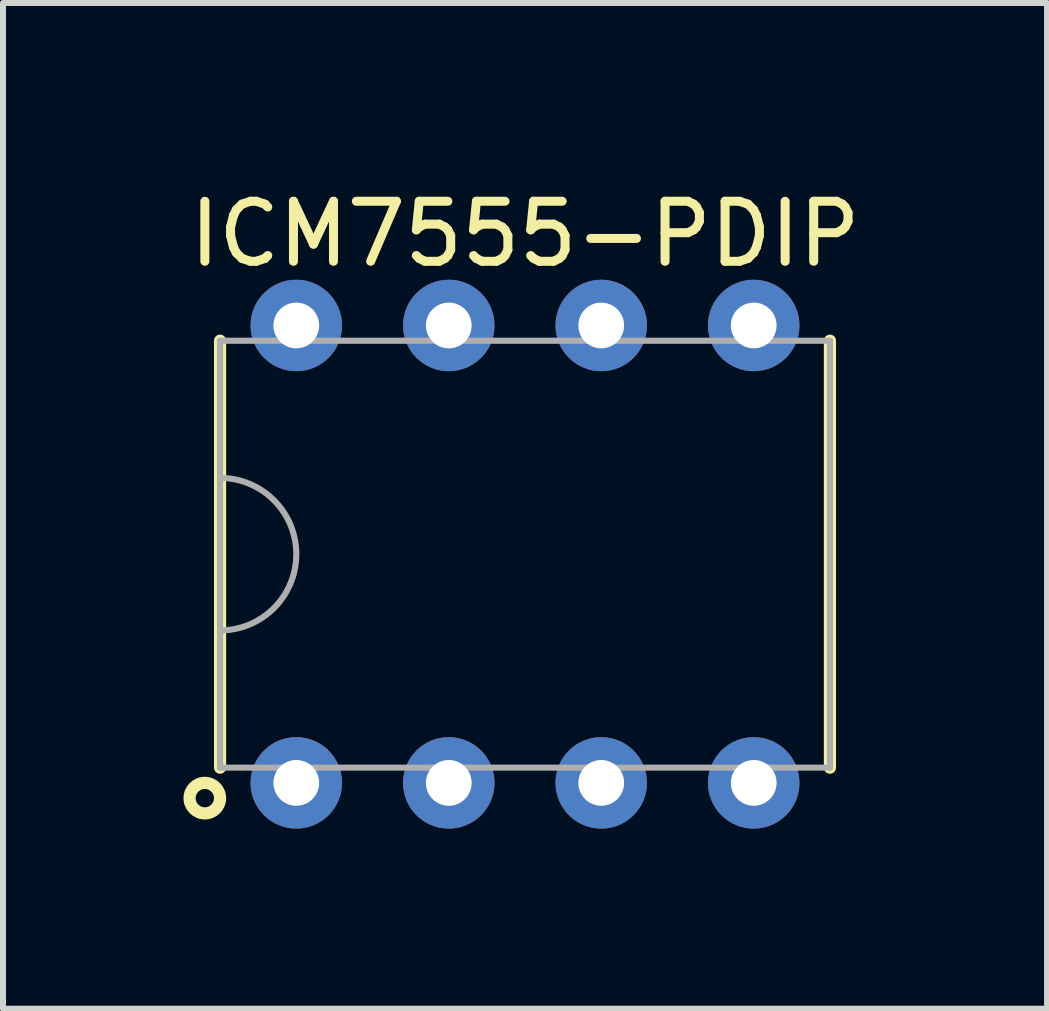
<source format=kicad_pcb>
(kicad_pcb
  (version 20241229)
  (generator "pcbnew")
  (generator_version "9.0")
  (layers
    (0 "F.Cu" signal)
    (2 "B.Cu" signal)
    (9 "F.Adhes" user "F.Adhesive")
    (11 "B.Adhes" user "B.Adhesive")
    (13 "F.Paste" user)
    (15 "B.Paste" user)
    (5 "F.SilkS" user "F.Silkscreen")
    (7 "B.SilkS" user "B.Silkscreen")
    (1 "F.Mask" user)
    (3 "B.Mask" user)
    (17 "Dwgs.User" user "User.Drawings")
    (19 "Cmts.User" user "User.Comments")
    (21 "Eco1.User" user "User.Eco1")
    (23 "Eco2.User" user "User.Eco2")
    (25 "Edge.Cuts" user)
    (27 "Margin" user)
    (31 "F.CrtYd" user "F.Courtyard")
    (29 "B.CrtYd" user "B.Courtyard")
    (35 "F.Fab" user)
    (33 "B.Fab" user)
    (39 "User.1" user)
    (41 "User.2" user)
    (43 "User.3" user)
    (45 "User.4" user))
  (footprint "ICM7555-PDIP"
    (layer "F.Cu")
    (at 5.696 6.182)
    (property "Reference" "ICM7555-PDIP" (at 0 -5.334 0) (layer "F.SilkS") (effects (font (size 1 1) (thickness 0.15))))
    (attr through_hole)
    (fp_line (start -5.08 3.556) (end -5.08 -3.556) (stroke (width 0.203) (type solid)) (layer "F.SilkS"))
    (fp_line (start 5.08 3.556) (end 5.08 -3.556) (stroke (width 0.203) (type solid)) (layer "F.SilkS"))
    (fp_circle (center -5.334 4.064) (end -5.08 4.064) (stroke (width 0.203) (type solid)) (fill no) (layer "F.SilkS"))
    (fp_line (start -5.08 -3.556) (end 5.08 -3.556) (stroke (width 0.102) (type solid)) (layer "F.Fab"))
    (fp_line (start -5.08 3.556) (end -5.08 -3.556) (stroke (width 0.102) (type solid)) (layer "F.Fab"))
    (fp_line (start -5.08 3.556) (end 5.08 3.556) (stroke (width 0.102) (type solid)) (layer "F.Fab"))
    (fp_line (start 5.08 3.556) (end 5.08 -3.556) (stroke (width 0.102) (type solid)) (layer "F.Fab"))
    (fp_arc (start -5.08 -1.27) (mid -3.81 0) (end -5.08 1.27) (stroke (width 0.1016) (type solid)) (layer "F.Fab"))
    (pad "1" thru_hole circle (at -3.81 3.81) (size 1.524 1.524) (drill 0.762) (layers "*.Cu" "*.Mask"))
    (pad "2" thru_hole circle (at -1.27 3.81) (size 1.524 1.524) (drill 0.762) (layers "*.Cu" "*.Mask"))
    (pad "3" thru_hole circle (at 1.27 3.81) (size 1.524 1.524) (drill 0.762) (layers "*.Cu" "*.Mask"))
    (pad "4" thru_hole circle (at 3.81 3.81) (size 1.524 1.524) (drill 0.762) (layers "*.Cu" "*.Mask"))
    (pad "5" thru_hole circle (at 3.81 -3.81) (size 1.524 1.524) (drill 0.762) (layers "*.Cu" "*.Mask"))
    (pad "6" thru_hole circle (at 1.27 -3.81) (size 1.524 1.524) (drill 0.762) (layers "*.Cu" "*.Mask"))
    (pad "7" thru_hole circle (at -1.27 -3.81) (size 1.524 1.524) (drill 0.762) (layers "*.Cu" "*.Mask"))
    (pad "8" thru_hole circle (at -3.81 -3.81) (size 1.524 1.524) (drill 0.762) (layers "*.Cu" "*.Mask")))
  (gr_rect
    (start -3 -3)
    (end 14.393 13.754)
    (stroke (width 0.1) (type default))
    (fill no)
    (layer "Edge.Cuts")))
</source>
